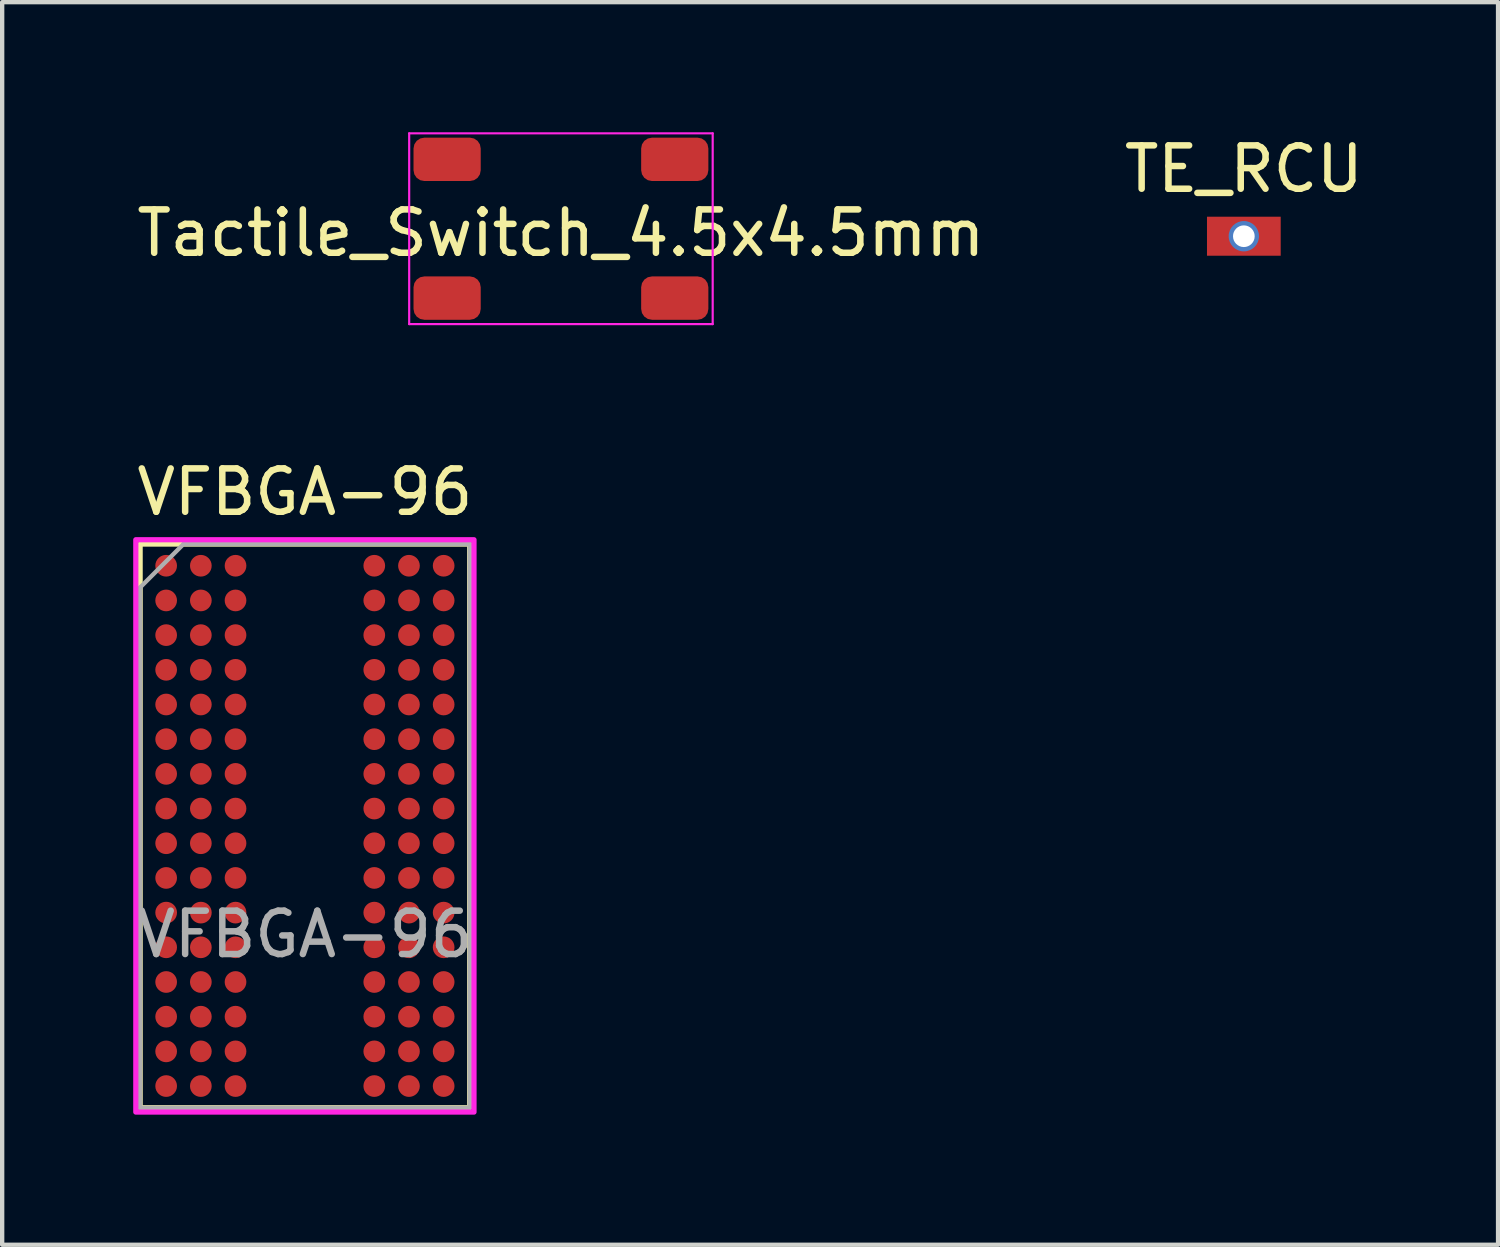
<source format=kicad_pcb>
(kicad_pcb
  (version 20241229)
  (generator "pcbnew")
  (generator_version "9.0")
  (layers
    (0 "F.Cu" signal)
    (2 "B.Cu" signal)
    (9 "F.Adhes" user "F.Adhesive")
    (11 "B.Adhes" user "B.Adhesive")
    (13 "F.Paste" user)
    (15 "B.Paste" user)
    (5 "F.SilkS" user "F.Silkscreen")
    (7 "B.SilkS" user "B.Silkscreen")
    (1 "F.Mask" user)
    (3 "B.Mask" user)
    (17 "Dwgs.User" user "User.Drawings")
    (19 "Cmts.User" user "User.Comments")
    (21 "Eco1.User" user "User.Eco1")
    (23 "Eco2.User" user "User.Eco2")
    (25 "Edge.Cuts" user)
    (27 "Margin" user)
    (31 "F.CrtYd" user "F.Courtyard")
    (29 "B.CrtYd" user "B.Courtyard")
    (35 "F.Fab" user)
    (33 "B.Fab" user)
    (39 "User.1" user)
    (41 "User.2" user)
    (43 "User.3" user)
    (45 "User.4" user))
  (footprint "TE_RCU"
    (layer "F.Cu")
    (at 25.637 2.398)
    (property "Reference" "TE_RCU" (at 0 -1.55 0) (layer "F.SilkS") (effects (font (size 1 1) (thickness 0.15))))
    (attr through_hole)
    (pad "1" thru_hole circle (at 0 0) (size 0.7 0.7) (drill 0.5) (layers "*.Cu" "*.Mask"))
    (pad "1" smd rect (at 0 0) (size 1.7 0.9) (layers "F.Cu" "F.Mask" "F.Paste")))
  (footprint "VFBGA-96"
    (layer "F.Cu")
    (at 3.982 15.998)
    (property "Reference" "VFBGA-96" (at 0 -7.7 0) (unlocked yes) (layer "F.SilkS") (effects (font (size 1 1) (thickness 0.15))))
    (fp_rect (start -3.8 -6.5) (end 3.8 6.5) (stroke (width 0.12) (type solid)) (fill no) (layer "F.SilkS"))
    (fp_rect (start -3.9 -6.6) (end 3.9 6.6) (stroke (width 0.12) (type solid)) (fill no) (layer "F.CrtYd"))
    (fp_line (start -3.8 -5.5) (end -2.8 -6.5) (stroke (width 0.1) (type solid)) (layer "F.Fab"))
    (fp_line (start -3.8 6.5) (end -3.8 -5.5) (stroke (width 0.1) (type solid)) (layer "F.Fab"))
    (fp_line (start -2.8 -6.5) (end 3.8 -6.5) (stroke (width 0.1) (type solid)) (layer "F.Fab"))
    (fp_line (start 3.8 -6.5) (end 3.8 6.5) (stroke (width 0.1) (type solid)) (layer "F.Fab"))
    (fp_line (start 3.8 6.5) (end -3.8 6.5) (stroke (width 0.1) (type solid)) (layer "F.Fab"))
    (fp_text user "${REFERENCE}" (at 0 2.5 0) (unlocked yes) (layer "F.Fab") (effects (font (size 1 1) (thickness 0.15))))
    (pad "A1" smd circle (at -3.2 -6) (size 0.5 0.5) (layers "F.Cu" "F.Mask" "F.Paste"))
    (pad "A2" smd circle (at -2.4 -6) (size 0.5 0.5) (layers "F.Cu" "F.Mask" "F.Paste"))
    (pad "A3" smd circle (at -1.6 -6) (size 0.5 0.5) (layers "F.Cu" "F.Mask" "F.Paste"))
    (pad "A7" smd circle (at 1.6 -6) (size 0.5 0.5) (layers "F.Cu" "F.Mask" "F.Paste"))
    (pad "A8" smd circle (at 2.4 -6) (size 0.5 0.5) (layers "F.Cu" "F.Mask" "F.Paste"))
    (pad "A9" smd circle (at 3.2 -6) (size 0.5 0.5) (layers "F.Cu" "F.Mask" "F.Paste"))
    (pad "B1" smd circle (at -3.2 -5.2) (size 0.5 0.5) (layers "F.Cu" "F.Mask" "F.Paste"))
    (pad "B2" smd circle (at -2.4 -5.2) (size 0.5 0.5) (layers "F.Cu" "F.Mask" "F.Paste"))
    (pad "B3" smd circle (at -1.6 -5.2) (size 0.5 0.5) (layers "F.Cu" "F.Mask" "F.Paste"))
    (pad "B7" smd circle (at 1.6 -5.2) (size 0.5 0.5) (layers "F.Cu" "F.Mask" "F.Paste"))
    (pad "B8" smd circle (at 2.4 -5.2) (size 0.5 0.5) (layers "F.Cu" "F.Mask" "F.Paste"))
    (pad "B9" smd circle (at 3.2 -5.2) (size 0.5 0.5) (layers "F.Cu" "F.Mask" "F.Paste"))
    (pad "C1" smd circle (at -3.2 -4.4) (size 0.5 0.5) (layers "F.Cu" "F.Mask" "F.Paste"))
    (pad "C2" smd circle (at -2.4 -4.4) (size 0.5 0.5) (layers "F.Cu" "F.Mask" "F.Paste"))
    (pad "C3" smd circle (at -1.6 -4.4) (size 0.5 0.5) (layers "F.Cu" "F.Mask" "F.Paste"))
    (pad "C7" smd circle (at 1.6 -4.4) (size 0.5 0.5) (layers "F.Cu" "F.Mask" "F.Paste"))
    (pad "C8" smd circle (at 2.4 -4.4) (size 0.5 0.5) (layers "F.Cu" "F.Mask" "F.Paste"))
    (pad "C9" smd circle (at 3.2 -4.4) (size 0.5 0.5) (layers "F.Cu" "F.Mask" "F.Paste"))
    (pad "D1" smd circle (at -3.2 -3.6) (size 0.5 0.5) (layers "F.Cu" "F.Mask" "F.Paste"))
    (pad "D2" smd circle (at -2.4 -3.6) (size 0.5 0.5) (layers "F.Cu" "F.Mask" "F.Paste"))
    (pad "D3" smd circle (at -1.6 -3.6) (size 0.5 0.5) (layers "F.Cu" "F.Mask" "F.Paste"))
    (pad "D7" smd circle (at 1.6 -3.6) (size 0.5 0.5) (layers "F.Cu" "F.Mask" "F.Paste"))
    (pad "D8" smd circle (at 2.4 -3.6) (size 0.5 0.5) (layers "F.Cu" "F.Mask" "F.Paste"))
    (pad "D9" smd circle (at 3.2 -3.6) (size 0.5 0.5) (layers "F.Cu" "F.Mask" "F.Paste"))
    (pad "E1" smd circle (at -3.2 -2.8) (size 0.5 0.5) (layers "F.Cu" "F.Mask" "F.Paste"))
    (pad "E2" smd circle (at -2.4 -2.8) (size 0.5 0.5) (layers "F.Cu" "F.Mask" "F.Paste"))
    (pad "E3" smd circle (at -1.6 -2.8) (size 0.5 0.5) (layers "F.Cu" "F.Mask" "F.Paste"))
    (pad "E7" smd circle (at 1.6 -2.8) (size 0.5 0.5) (layers "F.Cu" "F.Mask" "F.Paste"))
    (pad "E8" smd circle (at 2.4 -2.8) (size 0.5 0.5) (layers "F.Cu" "F.Mask" "F.Paste"))
    (pad "E9" smd circle (at 3.2 -2.8) (size 0.5 0.5) (layers "F.Cu" "F.Mask" "F.Paste"))
    (pad "F1" smd circle (at -3.2 -2) (size 0.5 0.5) (layers "F.Cu" "F.Mask" "F.Paste"))
    (pad "F2" smd circle (at -2.4 -2) (size 0.5 0.5) (layers "F.Cu" "F.Mask" "F.Paste"))
    (pad "F3" smd circle (at -1.6 -2) (size 0.5 0.5) (layers "F.Cu" "F.Mask" "F.Paste"))
    (pad "F7" smd circle (at 1.6 -2) (size 0.5 0.5) (layers "F.Cu" "F.Mask" "F.Paste"))
    (pad "F8" smd circle (at 2.4 -2) (size 0.5 0.5) (layers "F.Cu" "F.Mask" "F.Paste"))
    (pad "F9" smd circle (at 3.2 -2) (size 0.5 0.5) (layers "F.Cu" "F.Mask" "F.Paste"))
    (pad "G1" smd circle (at -3.2 -1.2) (size 0.5 0.5) (layers "F.Cu" "F.Mask" "F.Paste"))
    (pad "G2" smd circle (at -2.4 -1.2) (size 0.5 0.5) (layers "F.Cu" "F.Mask" "F.Paste"))
    (pad "G3" smd circle (at -1.6 -1.2) (size 0.5 0.5) (layers "F.Cu" "F.Mask" "F.Paste"))
    (pad "G7" smd circle (at 1.6 -1.2) (size 0.5 0.5) (layers "F.Cu" "F.Mask" "F.Paste"))
    (pad "G8" smd circle (at 2.4 -1.2) (size 0.5 0.5) (layers "F.Cu" "F.Mask" "F.Paste"))
    (pad "G9" smd circle (at 3.2 -1.2) (size 0.5 0.5) (layers "F.Cu" "F.Mask" "F.Paste"))
    (pad "H1" smd circle (at -3.2 -0.4) (size 0.5 0.5) (layers "F.Cu" "F.Mask" "F.Paste"))
    (pad "H2" smd circle (at -2.4 -0.4) (size 0.5 0.5) (layers "F.Cu" "F.Mask" "F.Paste"))
    (pad "H3" smd circle (at -1.6 -0.4) (size 0.5 0.5) (layers "F.Cu" "F.Mask" "F.Paste"))
    (pad "H7" smd circle (at 1.6 -0.4) (size 0.5 0.5) (layers "F.Cu" "F.Mask" "F.Paste"))
    (pad "H8" smd circle (at 2.4 -0.4) (size 0.5 0.5) (layers "F.Cu" "F.Mask" "F.Paste"))
    (pad "H9" smd circle (at 3.2 -0.4) (size 0.5 0.5) (layers "F.Cu" "F.Mask" "F.Paste"))
    (pad "J1" smd circle (at -3.2 0.4) (size 0.5 0.5) (layers "F.Cu" "F.Mask" "F.Paste"))
    (pad "J2" smd circle (at -2.4 0.4) (size 0.5 0.5) (layers "F.Cu" "F.Mask" "F.Paste"))
    (pad "J3" smd circle (at -1.6 0.4) (size 0.5 0.5) (layers "F.Cu" "F.Mask" "F.Paste"))
    (pad "J7" smd circle (at 1.6 0.4) (size 0.5 0.5) (layers "F.Cu" "F.Mask" "F.Paste"))
    (pad "J8" smd circle (at 2.4 0.4) (size 0.5 0.5) (layers "F.Cu" "F.Mask" "F.Paste"))
    (pad "J9" smd circle (at 3.2 0.4) (size 0.5 0.5) (layers "F.Cu" "F.Mask" "F.Paste"))
    (pad "K1" smd circle (at -3.2 1.2) (size 0.5 0.5) (layers "F.Cu" "F.Mask" "F.Paste"))
    (pad "K2" smd circle (at -2.4 1.2) (size 0.5 0.5) (layers "F.Cu" "F.Mask" "F.Paste"))
    (pad "K3" smd circle (at -1.6 1.2) (size 0.5 0.5) (layers "F.Cu" "F.Mask" "F.Paste"))
    (pad "K7" smd circle (at 1.6 1.2) (size 0.5 0.5) (layers "F.Cu" "F.Mask" "F.Paste"))
    (pad "K8" smd circle (at 2.4 1.2) (size 0.5 0.5) (layers "F.Cu" "F.Mask" "F.Paste"))
    (pad "K9" smd circle (at 3.2 1.2) (size 0.5 0.5) (layers "F.Cu" "F.Mask" "F.Paste"))
    (pad "L1" smd circle (at -3.2 2) (size 0.5 0.5) (layers "F.Cu" "F.Mask" "F.Paste"))
    (pad "L2" smd circle (at -2.4 2) (size 0.5 0.5) (layers "F.Cu" "F.Mask" "F.Paste"))
    (pad "L3" smd circle (at -1.6 2) (size 0.5 0.5) (layers "F.Cu" "F.Mask" "F.Paste"))
    (pad "L7" smd circle (at 1.6 2) (size 0.5 0.5) (layers "F.Cu" "F.Mask" "F.Paste"))
    (pad "L8" smd circle (at 2.4 2) (size 0.5 0.5) (layers "F.Cu" "F.Mask" "F.Paste"))
    (pad "L9" smd circle (at 3.2 2) (size 0.5 0.5) (layers "F.Cu" "F.Mask" "F.Paste"))
    (pad "M1" smd circle (at -3.2 2.8) (size 0.5 0.5) (layers "F.Cu" "F.Mask" "F.Paste"))
    (pad "M2" smd circle (at -2.4 2.8) (size 0.5 0.5) (layers "F.Cu" "F.Mask" "F.Paste"))
    (pad "M3" smd circle (at -1.6 2.8) (size 0.5 0.5) (layers "F.Cu" "F.Mask" "F.Paste"))
    (pad "M7" smd circle (at 1.6 2.8) (size 0.5 0.5) (layers "F.Cu" "F.Mask" "F.Paste"))
    (pad "M8" smd circle (at 2.4 2.8) (size 0.5 0.5) (layers "F.Cu" "F.Mask" "F.Paste"))
    (pad "M9" smd circle (at 3.2 2.8) (size 0.5 0.5) (layers "F.Cu" "F.Mask" "F.Paste"))
    (pad "N1" smd circle (at -3.2 3.6) (size 0.5 0.5) (layers "F.Cu" "F.Mask" "F.Paste"))
    (pad "N2" smd circle (at -2.4 3.6) (size 0.5 0.5) (layers "F.Cu" "F.Mask" "F.Paste"))
    (pad "N3" smd circle (at -1.6 3.6) (size 0.5 0.5) (layers "F.Cu" "F.Mask" "F.Paste"))
    (pad "N7" smd circle (at 1.6 3.6) (size 0.5 0.5) (layers "F.Cu" "F.Mask" "F.Paste"))
    (pad "N8" smd circle (at 2.4 3.6) (size 0.5 0.5) (layers "F.Cu" "F.Mask" "F.Paste"))
    (pad "N9" smd circle (at 3.2 3.6) (size 0.5 0.5) (layers "F.Cu" "F.Mask" "F.Paste"))
    (pad "P1" smd circle (at -3.2 4.4) (size 0.5 0.5) (layers "F.Cu" "F.Mask" "F.Paste"))
    (pad "P2" smd circle (at -2.4 4.4) (size 0.5 0.5) (layers "F.Cu" "F.Mask" "F.Paste"))
    (pad "P3" smd circle (at -1.6 4.4) (size 0.5 0.5) (layers "F.Cu" "F.Mask" "F.Paste"))
    (pad "P7" smd circle (at 1.6 4.4) (size 0.5 0.5) (layers "F.Cu" "F.Mask" "F.Paste"))
    (pad "P8" smd circle (at 2.4 4.4) (size 0.5 0.5) (layers "F.Cu" "F.Mask" "F.Paste"))
    (pad "P9" smd circle (at 3.2 4.4) (size 0.5 0.5) (layers "F.Cu" "F.Mask" "F.Paste"))
    (pad "R1" smd circle (at -3.2 5.2) (size 0.5 0.5) (layers "F.Cu" "F.Mask" "F.Paste"))
    (pad "R2" smd circle (at -2.4 5.2) (size 0.5 0.5) (layers "F.Cu" "F.Mask" "F.Paste"))
    (pad "R3" smd circle (at -1.6 5.2) (size 0.5 0.5) (layers "F.Cu" "F.Mask" "F.Paste"))
    (pad "R7" smd circle (at 1.6 5.2) (size 0.5 0.5) (layers "F.Cu" "F.Mask" "F.Paste"))
    (pad "R8" smd circle (at 2.4 5.2) (size 0.5 0.5) (layers "F.Cu" "F.Mask" "F.Paste"))
    (pad "R9" smd circle (at 3.2 5.2) (size 0.5 0.5) (layers "F.Cu" "F.Mask" "F.Paste"))
    (pad "T1" smd circle (at -3.2 6) (size 0.5 0.5) (layers "F.Cu" "F.Mask" "F.Paste"))
    (pad "T2" smd circle (at -2.4 6) (size 0.5 0.5) (layers "F.Cu" "F.Mask" "F.Paste"))
    (pad "T3" smd circle (at -1.6 6) (size 0.5 0.5) (layers "F.Cu" "F.Mask" "F.Paste"))
    (pad "T7" smd circle (at 1.6 6) (size 0.5 0.5) (layers "F.Cu" "F.Mask" "F.Paste"))
    (pad "T8" smd circle (at 2.4 6) (size 0.5 0.5) (layers "F.Cu" "F.Mask" "F.Paste"))
    (pad "T9" smd circle (at 3.2 6) (size 0.5 0.5) (layers "F.Cu" "F.Mask" "F.Paste")))
  (footprint "Tactile_Switch_4.5x4.5mm"
    (layer "F.Cu")
    (at 9.887 2.225)
    (property "Reference" "Tactile_Switch_4.5x4.5mm" (at 0 0.1 0) (layer "F.SilkS") (effects (font (size 1 1) (thickness 0.15))))
    (attr through_hole)
    (fp_line (start -3.5 -2.2) (end 3.5 -2.2) (stroke (width 0.05) (type solid)) (layer "F.CrtYd"))
    (fp_line (start -3.5 2.2) (end -3.5 -2.2) (stroke (width 0.05) (type solid)) (layer "F.CrtYd"))
    (fp_line (start 3.5 -2.2) (end 3.5 2.2) (stroke (width 0.05) (type solid)) (layer "F.CrtYd"))
    (fp_line (start 3.5 2.2) (end -3.5 2.2) (stroke (width 0.05) (type solid)) (layer "F.CrtYd"))
    (pad "1" smd roundrect (at -2.625 -1.6) (size 1.55 1) (layers "F.Cu" "F.Mask" "F.Paste") (roundrect_rratio 0.25))
    (pad "1" smd roundrect (at 2.625 -1.6) (size 1.55 1) (layers "F.Cu" "F.Mask" "F.Paste") (roundrect_rratio 0.25))
    (pad "2" smd roundrect (at -2.625 1.6) (size 1.55 1) (layers "F.Cu" "F.Mask" "F.Paste") (roundrect_rratio 0.25))
    (pad "2" smd roundrect (at 2.625 1.6) (size 1.55 1) (layers "F.Cu" "F.Mask" "F.Paste") (roundrect_rratio 0.25)))
  (gr_rect
    (start -3 -3)
    (end 31.5 25.658)
    (stroke (width 0.1) (type default))
    (fill no)
    (layer "Edge.Cuts")))
</source>
